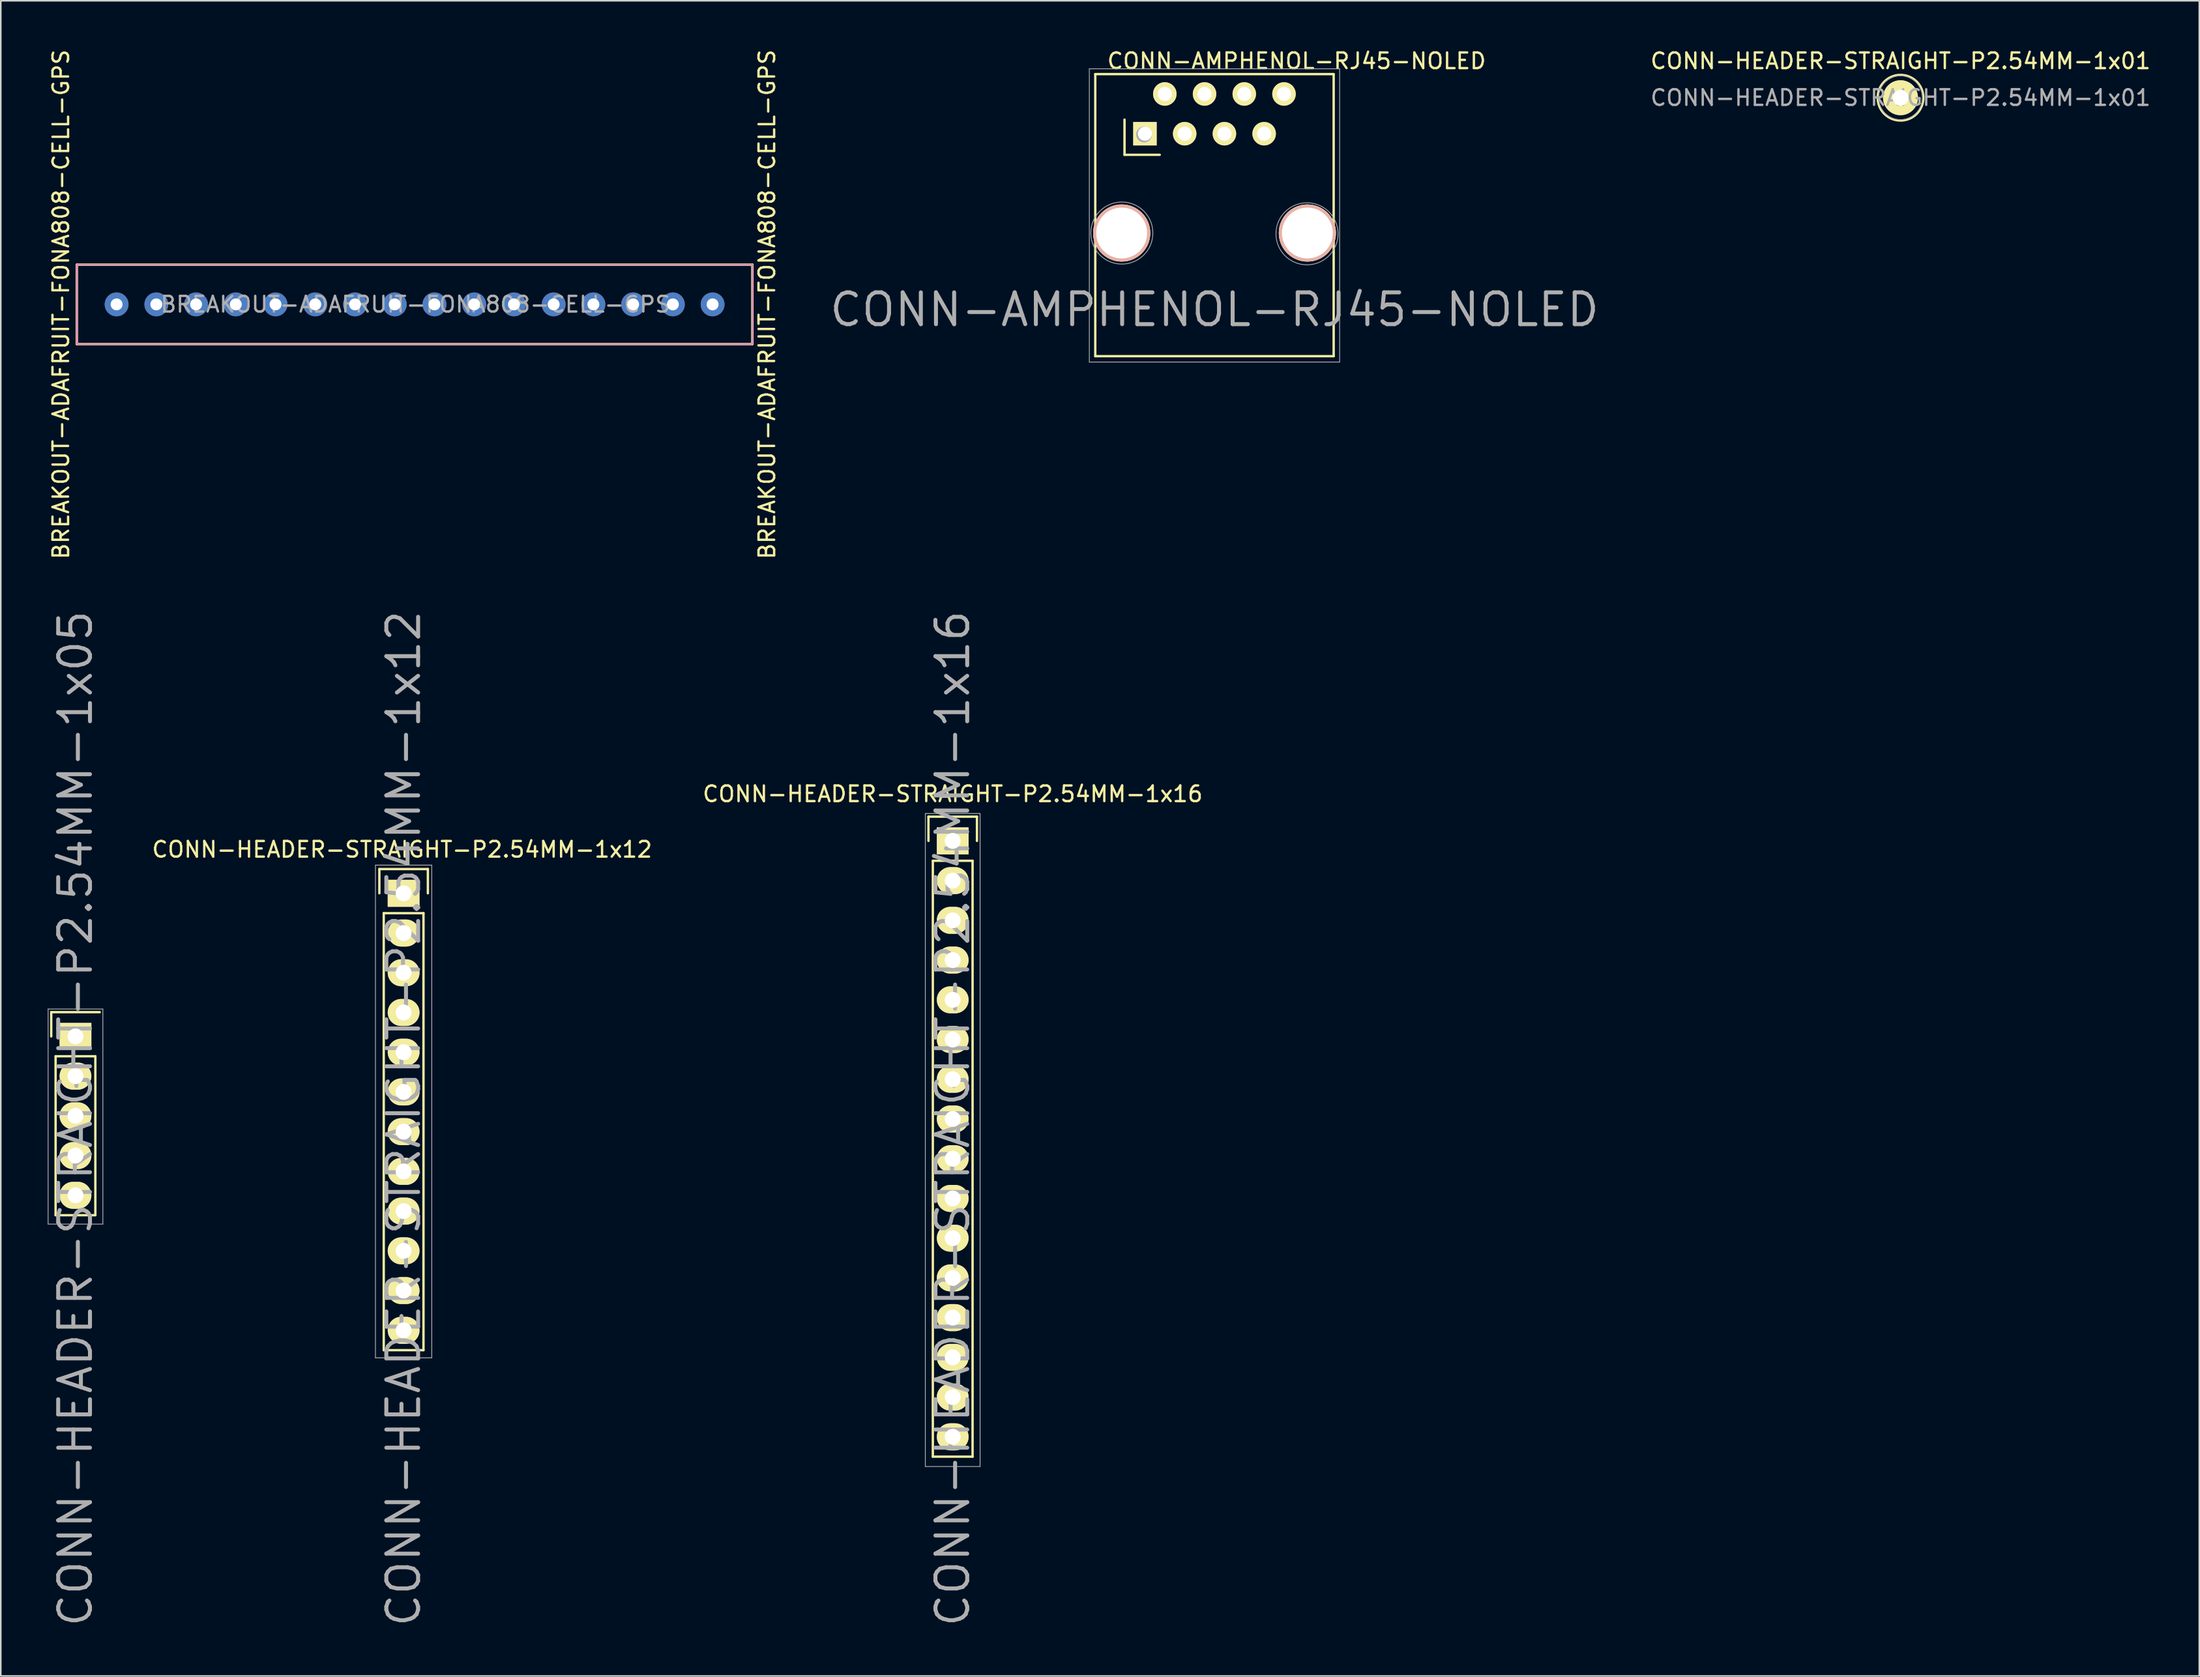
<source format=kicad_pcb>
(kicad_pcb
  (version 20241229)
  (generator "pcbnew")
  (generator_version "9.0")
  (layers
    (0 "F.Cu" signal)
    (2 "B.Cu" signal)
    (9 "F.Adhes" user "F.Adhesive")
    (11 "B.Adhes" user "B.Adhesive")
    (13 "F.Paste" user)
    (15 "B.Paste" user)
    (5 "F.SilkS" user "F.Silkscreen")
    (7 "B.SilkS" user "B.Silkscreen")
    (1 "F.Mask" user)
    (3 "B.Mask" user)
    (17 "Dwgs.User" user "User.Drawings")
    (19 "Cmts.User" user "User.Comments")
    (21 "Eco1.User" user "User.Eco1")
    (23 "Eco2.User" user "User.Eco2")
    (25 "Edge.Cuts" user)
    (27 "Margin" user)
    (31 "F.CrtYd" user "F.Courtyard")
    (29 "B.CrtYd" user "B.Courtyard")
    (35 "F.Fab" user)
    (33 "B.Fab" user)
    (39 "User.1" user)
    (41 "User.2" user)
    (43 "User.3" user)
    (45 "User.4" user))
  (footprint "CONN-HEADER-STRAIGHT-P2.54MM-1x01"
    (layer "F.Cu")
    (at 118.444 3.198)
    (property "Reference" "CONN-HEADER-STRAIGHT-P2.54MM-1x01" (at 0 -2.349 0) (layer "F.SilkS") (effects (font (size 1 1) (thickness 0.15))))
    (attr through_hole)
    (fp_circle (center 0 0) (end 1.25 0.75) (stroke (width 0.152) (type solid)) (fill no) (layer "F.SilkS"))
    (fp_circle (center 0 0) (end 1 1) (stroke (width 0.051) (type solid)) (fill no) (layer "F.Fab"))
    (fp_text user "${REFERENCE}" (at 0 0 0) (layer "F.Fab") (effects (font (size 1 1) (thickness 0.15))))
    (pad "1" thru_hole circle (at 0 0) (size 2.235 2.235) (drill 1.016) (layers "*.Cu" "*.Mask" "F.SilkS")))
  (footprint "CONN-HEADER-STRAIGHT-P2.54MM-1x05"
    (layer "F.Cu")
    (at 1.775 63.213)
    (property "Reference" "CONN-HEADER-STRAIGHT-P2.54MM-1x05" (at 0 5.25 90) (layer "F.Fab") (effects (font (size 2.032 2.032) (thickness 0.254))))
    (attr through_hole)
    (fp_line (start -1.55 -1.55) (end 1.55 -1.55) (stroke (width 0.15) (type solid)) (layer "F.SilkS"))
    (fp_line (start -1.55 0) (end -1.55 -1.55) (stroke (width 0.15) (type solid)) (layer "F.SilkS"))
    (fp_line (start -1.27 11.43) (end -1.27 1.27) (stroke (width 0.15) (type solid)) (layer "F.SilkS"))
    (fp_line (start 1.27 1.27) (end -1.27 1.27) (stroke (width 0.15) (type solid)) (layer "F.SilkS"))
    (fp_line (start 1.27 1.27) (end 1.27 11.43) (stroke (width 0.15) (type solid)) (layer "F.SilkS"))
    (fp_line (start 1.27 11.43) (end -1.27 11.43) (stroke (width 0.15) (type solid)) (layer "F.SilkS"))
    (fp_line (start -1.75 -1.75) (end -1.75 12) (stroke (width 0.051) (type solid)) (layer "F.Fab"))
    (fp_line (start -1.75 12) (end 1.75 12) (stroke (width 0.051) (type solid)) (layer "F.Fab"))
    (fp_line (start 1.75 -1.75) (end -1.75 -1.75) (stroke (width 0.051) (type solid)) (layer "F.Fab"))
    (fp_line (start 1.75 12) (end 1.75 -1.75) (stroke (width 0.051) (type solid)) (layer "F.Fab"))
    (pad "1" thru_hole rect (at 0 0) (size 2.032 1.727) (drill 1.016) (layers "*.Cu" "*.Mask" "F.SilkS"))
    (pad "2" thru_hole oval (at 0 2.54) (size 2.032 1.727) (drill 1.016) (layers "*.Cu" "*.Mask" "F.SilkS"))
    (pad "3" thru_hole oval (at 0 5.08) (size 2.032 1.727) (drill 1.016) (layers "*.Cu" "*.Mask" "F.SilkS"))
    (pad "4" thru_hole oval (at 0 7.62) (size 2.032 1.727) (drill 1.016) (layers "*.Cu" "*.Mask" "F.SilkS"))
    (pad "5" thru_hole oval (at 0 10.16) (size 2.032 1.727) (drill 1.016) (layers "*.Cu" "*.Mask" "F.SilkS")))
  (footprint "CONN-HEADER-STRAIGHT-P2.54MM-1x12"
    (layer "F.Cu")
    (at 22.752 54.063)
    (property "Reference" "CONN-HEADER-STRAIGHT-P2.54MM-1x12" (at 0 14.4 90) (layer "F.Fab") (effects (font (size 2.032 2.032) (thickness 0.254))))
    (attr through_hole)
    (fp_line (start -1.55 -1.55) (end 1.55 -1.55) (stroke (width 0.15) (type solid)) (layer "F.SilkS"))
    (fp_line (start -1.55 0) (end -1.55 -1.55) (stroke (width 0.15) (type solid)) (layer "F.SilkS"))
    (fp_line (start -1.27 29.21) (end -1.27 1.27) (stroke (width 0.15) (type solid)) (layer "F.SilkS"))
    (fp_line (start 1.27 1.27) (end -1.27 1.27) (stroke (width 0.15) (type solid)) (layer "F.SilkS"))
    (fp_line (start 1.27 1.27) (end 1.27 29.21) (stroke (width 0.15) (type solid)) (layer "F.SilkS"))
    (fp_line (start 1.27 29.21) (end -1.27 29.21) (stroke (width 0.15) (type solid)) (layer "F.SilkS"))
    (fp_line (start 1.55 -1.55) (end 1.55 0) (stroke (width 0.15) (type solid)) (layer "F.SilkS"))
    (fp_line (start -1.8 -1.8) (end 1.8 -1.8) (stroke (width 0.051) (type solid)) (layer "F.Fab"))
    (fp_line (start -1.8 29.7) (end -1.8 -1.8) (stroke (width 0.051) (type solid)) (layer "F.Fab"))
    (fp_line (start 1.8 -1.8) (end 1.8 29.7) (stroke (width 0.051) (type solid)) (layer "F.Fab"))
    (fp_line (start 1.8 29.7) (end -1.8 29.7) (stroke (width 0.051) (type solid)) (layer "F.Fab"))
    (fp_text user "${REFERENCE}" (at -0.1 -2.8 0) (layer "F.SilkS") (effects (font (size 1 1) (thickness 0.15))))
    (pad "1" thru_hole rect (at 0 0) (size 2.032 1.727) (drill 1.016) (layers "*.Cu" "*.Mask" "F.SilkS"))
    (pad "2" thru_hole oval (at 0 2.54) (size 2.032 1.727) (drill 1.016) (layers "*.Cu" "*.Mask" "F.SilkS"))
    (pad "3" thru_hole oval (at 0 5.08) (size 2.032 1.727) (drill 1.016) (layers "*.Cu" "*.Mask" "F.SilkS"))
    (pad "4" thru_hole oval (at 0 7.62) (size 2.032 1.727) (drill 1.016) (layers "*.Cu" "*.Mask" "F.SilkS"))
    (pad "5" thru_hole oval (at 0 10.16) (size 2.032 1.727) (drill 1.016) (layers "*.Cu" "*.Mask" "F.SilkS"))
    (pad "6" thru_hole oval (at 0 12.7) (size 2.032 1.727) (drill 1.016) (layers "*.Cu" "*.Mask" "F.SilkS"))
    (pad "7" thru_hole oval (at 0 15.24) (size 2.032 1.727) (drill 1.016) (layers "*.Cu" "*.Mask" "F.SilkS"))
    (pad "8" thru_hole oval (at 0 17.78) (size 2.032 1.727) (drill 1.016) (layers "*.Cu" "*.Mask" "F.SilkS"))
    (pad "9" thru_hole oval (at 0 20.32) (size 2.032 1.727) (drill 1.016) (layers "*.Cu" "*.Mask" "F.SilkS"))
    (pad "10" thru_hole oval (at 0 22.86) (size 2.032 1.727) (drill 1.016) (layers "*.Cu" "*.Mask" "F.SilkS"))
    (pad "11" thru_hole oval (at 0 25.4) (size 2.032 1.727) (drill 1.016) (layers "*.Cu" "*.Mask" "F.SilkS"))
    (pad "12" thru_hole oval (at 0 27.94) (size 2.032 1.727) (drill 1.016) (layers "*.Cu" "*.Mask" "F.SilkS")))
  (footprint "BREAKOUT-ADAFRUIT-FONA808-CELL-GPS"
    (layer "F.Cu")
    (at 23.454 16.411)
    (property "Reference" "BREAKOUT-ADAFRUIT-FONA808-CELL-GPS" (at 0.051 0 0) (layer "F.Fab") (effects (font (size 1 1) (thickness 0.15))))
    (attr through_hole)
    (fp_line (start -21.59 -2.54) (end 21.59 -2.54) (stroke (width 0.152) (type solid)) (layer "F.SilkS"))
    (fp_line (start -21.59 2.54) (end -21.59 -2.54) (stroke (width 0.152) (type solid)) (layer "F.SilkS"))
    (fp_line (start 21.59 -2.54) (end 21.59 2.54) (stroke (width 0.152) (type solid)) (layer "F.SilkS"))
    (fp_line (start 21.59 2.54) (end -21.59 2.54) (stroke (width 0.152) (type solid)) (layer "F.SilkS"))
    (fp_line (start -21.59 -2.54) (end -21.59 2.54) (stroke (width 0.041) (type solid)) (layer "F.CrtYd"))
    (fp_line (start -21.59 2.54) (end 21.59 2.54) (stroke (width 0.041) (type solid)) (layer "F.CrtYd"))
    (fp_line (start 21.59 -2.54) (end -21.59 -2.54) (stroke (width 0.041) (type solid)) (layer "F.CrtYd"))
    (fp_line (start 21.59 2.54) (end 21.59 -2.54) (stroke (width 0.041) (type solid)) (layer "F.CrtYd"))
    (fp_line (start -21.59 -2.54) (end -21.59 2.54) (stroke (width 0.041) (type solid)) (layer "F.Fab"))
    (fp_line (start -21.59 2.54) (end 21.59 2.54) (stroke (width 0.041) (type solid)) (layer "F.Fab"))
    (fp_line (start 21.59 -2.54) (end -21.59 -2.54) (stroke (width 0.041) (type solid)) (layer "F.Fab"))
    (fp_line (start 21.59 2.54) (end 21.59 -2.54) (stroke (width 0.041) (type solid)) (layer "F.Fab"))
    (fp_text user "${REFERENCE}" (at -22.606 0 90) (layer "F.SilkS") (effects (font (size 1 1) (thickness 0.15))))
    (fp_text user "${REFERENCE}" (at 22.53 0 270) (layer "F.SilkS") (effects (font (size 1 1) (thickness 0.15))))
    (pad "1" thru_hole circle (at -19.05 0) (size 1.524 1.524) (drill 0.762) (layers "*.Cu" "*.Mask"))
    (pad "2" thru_hole circle (at -16.51 0) (size 1.524 1.524) (drill 0.762) (layers "*.Cu" "*.Mask"))
    (pad "3" thru_hole circle (at -13.97 0) (size 1.524 1.524) (drill 0.762) (layers "*.Cu" "*.Mask"))
    (pad "4" thru_hole circle (at -11.43 0) (size 1.524 1.524) (drill 0.762) (layers "*.Cu" "*.Mask"))
    (pad "5" thru_hole circle (at -8.89 0) (size 1.524 1.524) (drill 0.762) (layers "*.Cu" "*.Mask"))
    (pad "6" thru_hole circle (at -6.35 0) (size 1.524 1.524) (drill 0.762) (layers "*.Cu" "*.Mask"))
    (pad "7" thru_hole circle (at -3.81 0) (size 1.524 1.524) (drill 0.762) (layers "*.Cu" "*.Mask"))
    (pad "8" thru_hole circle (at -1.27 0) (size 1.524 1.524) (drill 0.762) (layers "*.Cu" "*.Mask"))
    (pad "9" thru_hole circle (at 1.27 0) (size 1.524 1.524) (drill 0.762) (layers "*.Cu" "*.Mask"))
    (pad "10" thru_hole circle (at 3.81 0) (size 1.524 1.524) (drill 0.762) (layers "*.Cu" "*.Mask"))
    (pad "11" thru_hole circle (at 6.35 0) (size 1.524 1.524) (drill 0.762) (layers "*.Cu" "*.Mask"))
    (pad "12" thru_hole circle (at 8.89 0) (size 1.524 1.524) (drill 0.762) (layers "*.Cu" "*.Mask"))
    (pad "13" thru_hole circle (at 11.43 0) (size 1.524 1.524) (drill 0.762) (layers "*.Cu" "*.Mask"))
    (pad "14" thru_hole circle (at 13.97 0) (size 1.524 1.524) (drill 0.762) (layers "*.Cu" "*.Mask"))
    (pad "15" thru_hole circle (at 16.51 0) (size 1.524 1.524) (drill 0.762) (layers "*.Cu" "*.Mask"))
    (pad "16" thru_hole circle (at 19.05 0) (size 1.524 1.524) (drill 0.762) (layers "*.Cu" "*.Mask")))
  (footprint "CONN-HEADER-STRAIGHT-P2.54MM-1x16"
    (layer "F.Cu")
    (at 57.854 50.713)
    (property "Reference" "CONN-HEADER-STRAIGHT-P2.54MM-1x16" (at 0 17.75 90) (layer "F.Fab") (effects (font (size 2.032 2.032) (thickness 0.254))))
    (attr through_hole)
    (fp_line (start -1.55 -1.55) (end 1.55 -1.55) (stroke (width 0.15) (type solid)) (layer "F.SilkS"))
    (fp_line (start -1.55 0) (end -1.55 -1.55) (stroke (width 0.15) (type solid)) (layer "F.SilkS"))
    (fp_line (start -1.27 1.27) (end -1.27 39.37) (stroke (width 0.15) (type solid)) (layer "F.SilkS"))
    (fp_line (start -1.27 39.37) (end 1.27 39.37) (stroke (width 0.15) (type solid)) (layer "F.SilkS"))
    (fp_line (start 1.27 1.27) (end -1.27 1.27) (stroke (width 0.15) (type solid)) (layer "F.SilkS"))
    (fp_line (start 1.27 39.37) (end 1.27 1.27) (stroke (width 0.15) (type solid)) (layer "F.SilkS"))
    (fp_line (start 1.55 -1.55) (end 1.55 0) (stroke (width 0.15) (type solid)) (layer "F.SilkS"))
    (fp_line (start -1.75 -1.75) (end 1.75 -1.75) (stroke (width 0.051) (type solid)) (layer "F.Fab"))
    (fp_line (start -1.75 40) (end -1.75 -1.75) (stroke (width 0.051) (type solid)) (layer "F.Fab"))
    (fp_line (start 1.75 -1.75) (end 1.75 40) (stroke (width 0.051) (type solid)) (layer "F.Fab"))
    (fp_line (start 1.75 40) (end -1.75 40) (stroke (width 0.051) (type solid)) (layer "F.Fab"))
    (fp_text user "${REFERENCE}" (at 0 -3 0) (layer "F.SilkS") (effects (font (size 1 1) (thickness 0.15))))
    (pad "1" thru_hole rect (at 0 0) (size 2.032 1.727) (drill 1.016) (layers "*.Cu" "*.Mask" "F.SilkS"))
    (pad "2" thru_hole oval (at 0 2.54) (size 2.032 1.727) (drill 1.016) (layers "*.Cu" "*.Mask" "F.SilkS"))
    (pad "3" thru_hole oval (at 0 5.08) (size 2.032 1.727) (drill 1.016) (layers "*.Cu" "*.Mask" "F.SilkS"))
    (pad "4" thru_hole oval (at 0 7.62) (size 2.032 1.727) (drill 1.016) (layers "*.Cu" "*.Mask" "F.SilkS"))
    (pad "5" thru_hole oval (at 0 10.16) (size 2.032 1.727) (drill 1.016) (layers "*.Cu" "*.Mask" "F.SilkS"))
    (pad "6" thru_hole oval (at 0 12.7) (size 2.032 1.727) (drill 1.016) (layers "*.Cu" "*.Mask" "F.SilkS"))
    (pad "7" thru_hole oval (at 0 15.24) (size 2.032 1.727) (drill 1.016) (layers "*.Cu" "*.Mask" "F.SilkS"))
    (pad "8" thru_hole oval (at 0 17.78) (size 2.032 1.727) (drill 1.016) (layers "*.Cu" "*.Mask" "F.SilkS"))
    (pad "9" thru_hole oval (at 0 20.32) (size 2.032 1.727) (drill 1.016) (layers "*.Cu" "*.Mask" "F.SilkS"))
    (pad "10" thru_hole oval (at 0 22.86) (size 2.032 1.727) (drill 1.016) (layers "*.Cu" "*.Mask" "F.SilkS"))
    (pad "11" thru_hole oval (at 0 25.4) (size 2.032 1.727) (drill 1.016) (layers "*.Cu" "*.Mask" "F.SilkS"))
    (pad "12" thru_hole oval (at 0 27.94) (size 2.032 1.727) (drill 1.016) (layers "*.Cu" "*.Mask" "F.SilkS"))
    (pad "13" thru_hole oval (at 0 30.48) (size 2.032 1.727) (drill 1.016) (layers "*.Cu" "*.Mask" "F.SilkS"))
    (pad "14" thru_hole oval (at 0 33.02) (size 2.032 1.727) (drill 1.016) (layers "*.Cu" "*.Mask" "F.SilkS"))
    (pad "15" thru_hole oval (at 0 35.56) (size 2.032 1.727) (drill 1.016) (layers "*.Cu" "*.Mask" "F.SilkS"))
    (pad "16" thru_hole oval (at 0 38.1) (size 2.032 1.727) (drill 1.016) (layers "*.Cu" "*.Mask" "F.SilkS")))
  (footprint "CONN-AMPHENOL-RJ45-NOLED"
    (layer "F.Cu")
    (at 70.088 5.548)
    (property "Reference" "CONN-AMPHENOL-RJ45-NOLED" (at 4.5 11.2 0) (layer "F.Fab") (effects (font (size 2.032 2.032) (thickness 0.254))))
    (attr through_hole)
    (fp_line (start -3.12 -3.86) (end -3.12 14.174) (stroke (width 0.15) (type solid)) (layer "F.SilkS"))
    (fp_line (start -3.12 14.174) (end 12.12 14.174) (stroke (width 0.15) (type solid)) (layer "F.SilkS"))
    (fp_line (start -1.25 -0.95) (end -1.25 1.3) (stroke (width 0.152) (type solid)) (layer "F.SilkS"))
    (fp_line (start -1.25 1.3) (end 1 1.3) (stroke (width 0.152) (type solid)) (layer "F.SilkS"))
    (fp_line (start 12.12 -3.86) (end -3.12 -3.86) (stroke (width 0.15) (type solid)) (layer "F.SilkS"))
    (fp_line (start 12.12 14.174) (end 12.12 -3.86) (stroke (width 0.15) (type solid)) (layer "F.SilkS"))
    (fp_line (start -3.5 -4.2) (end -3.5 14.55) (stroke (width 0.051) (type solid)) (layer "F.Fab"))
    (fp_line (start -3.5 14.55) (end 12.5 14.55) (stroke (width 0.051) (type solid)) (layer "F.Fab"))
    (fp_line (start 12.5 -4.2) (end -3.5 -4.2) (stroke (width 0.051) (type solid)) (layer "F.Fab"))
    (fp_line (start 12.5 14.55) (end 12.5 -4.2) (stroke (width 0.051) (type solid)) (layer "F.Fab"))
    (fp_circle (center -1.422 6.302) (end -2.692 7.826) (stroke (width 0.05) (type solid)) (fill no) (layer "F.Fab"))
    (fp_circle (center 0 0) (end 0 0.254) (stroke (width 0.508) (type solid)) (fill no) (layer "F.Fab"))
    (fp_circle (center 10.414 6.35) (end 9.144 7.874) (stroke (width 0.05) (type solid)) (fill no) (layer "F.Fab"))
    (fp_text user "${REFERENCE}" (at 9.75 -4.7 0) (layer "F.SilkS") (effects (font (size 1 1) (thickness 0.15))))
    (pad "" np_thru_hole circle (at -1.431 6.3) (size 3.65 3.65) (drill 3.251) (layers "*.Cu" "*.SilkS" "*.Mask"))
    (pad "" np_thru_hole circle (at 10.439 6.3) (size 3.65 3.65) (drill 3.251) (layers "*.Cu" "*.SilkS" "*.Mask"))
    (pad "1" thru_hole rect (at 0.055 -0.05) (size 1.501 1.501) (drill 0.899) (layers "*.Cu" "*.Mask" "F.SilkS"))
    (pad "2" thru_hole circle (at 1.325 -2.59) (size 1.501 1.501) (drill 0.899) (layers "*.Cu" "*.Mask" "F.SilkS"))
    (pad "3" thru_hole circle (at 2.595 -0.05) (size 1.501 1.501) (drill 0.899) (layers "*.Cu" "*.Mask" "F.SilkS"))
    (pad "4" thru_hole circle (at 3.865 -2.59) (size 1.501 1.501) (drill 0.899) (layers "*.Cu" "*.Mask" "F.SilkS"))
    (pad "5" thru_hole circle (at 5.135 -0.05) (size 1.501 1.501) (drill 0.899) (layers "*.Cu" "*.Mask" "F.SilkS"))
    (pad "6" thru_hole circle (at 6.405 -2.59) (size 1.501 1.501) (drill 0.899) (layers "*.Cu" "*.Mask" "F.SilkS"))
    (pad "7" thru_hole circle (at 7.675 -0.05) (size 1.501 1.501) (drill 0.899) (layers "*.Cu" "*.Mask" "F.SilkS"))
    (pad "8" thru_hole circle (at 8.945 -2.59) (size 1.501 1.501) (drill 0.899) (layers "*.Cu" "*.Mask" "F.SilkS")))
  (gr_rect
    (start -3 -3)
    (end 137.545 104.104)
    (stroke (width 0.1) (type default))
    (fill no)
    (layer "Edge.Cuts")))
</source>
